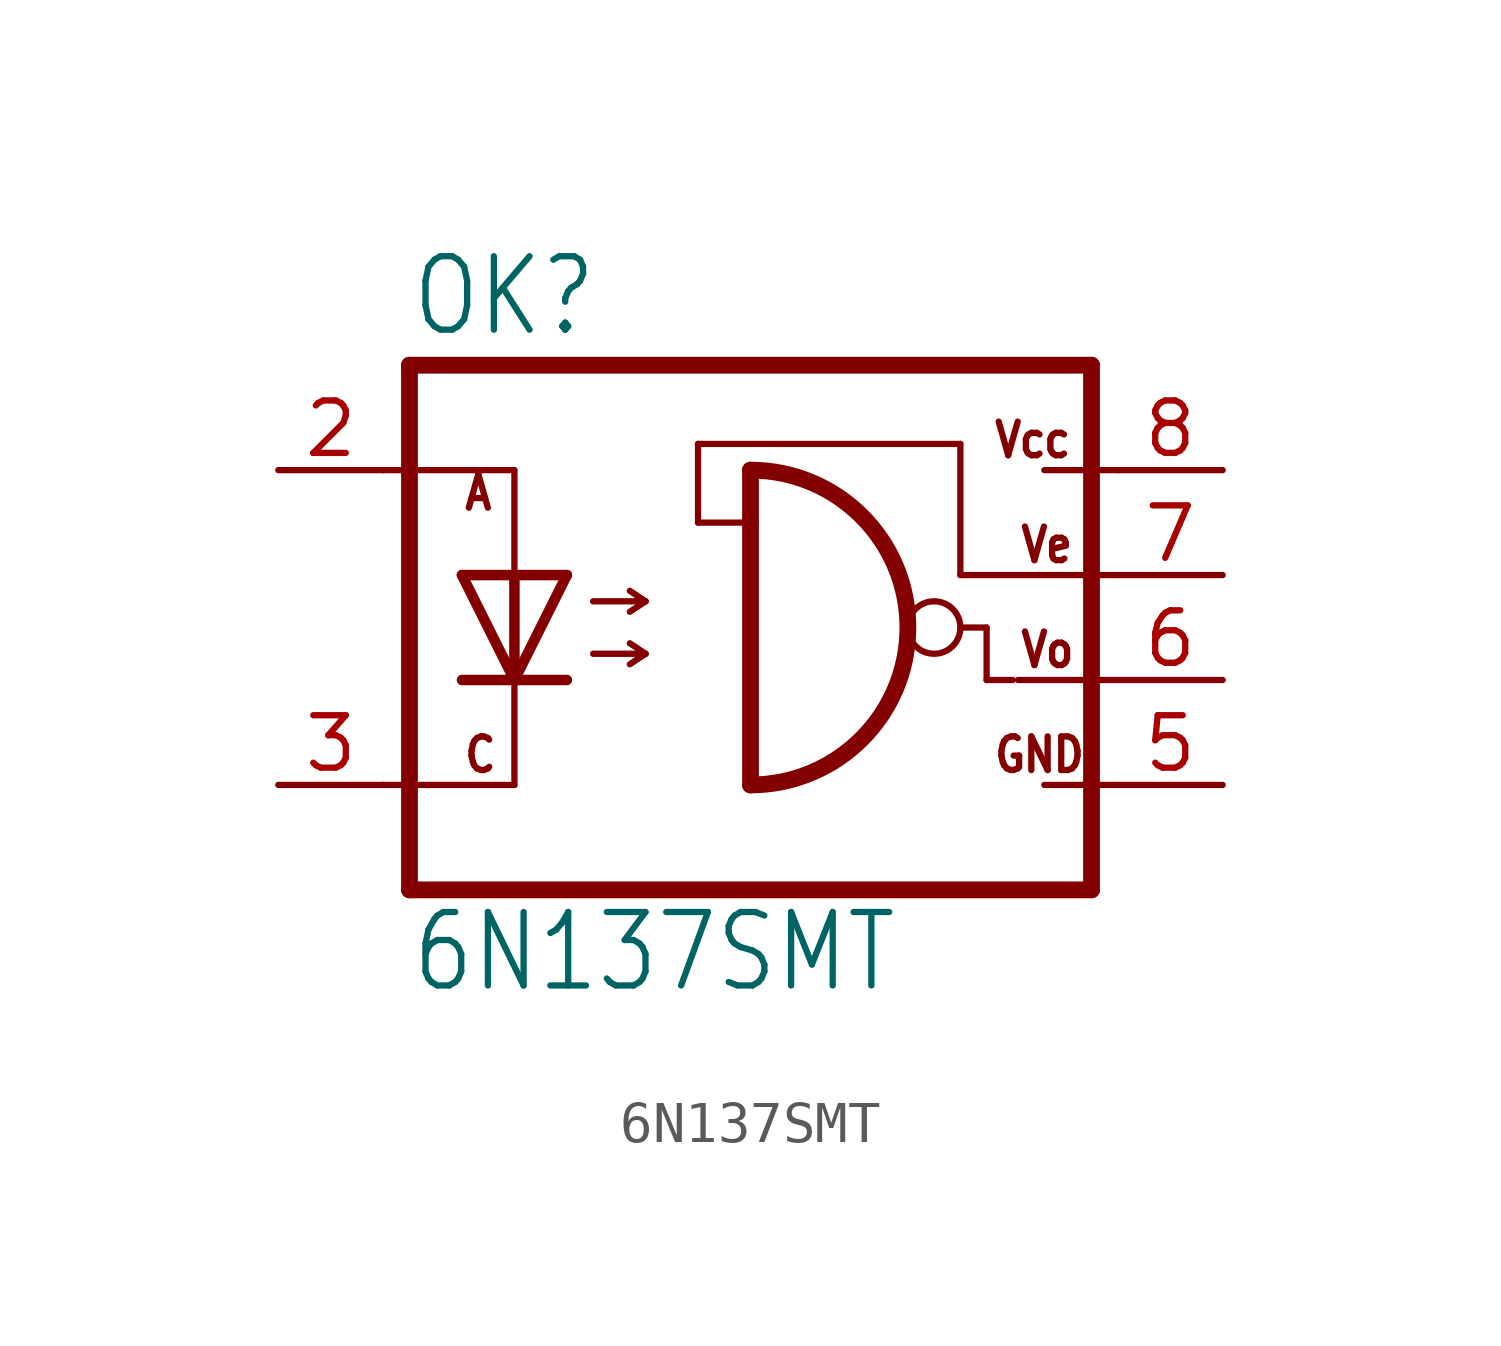
<source format=kicad_sym>
(kicad_symbol_lib
  (version 20211014)
  (generator kicad_symbol_editor)
  (symbol "6N137SMT"
    (property "Reference" "OK"
      (at -9.525 8.255 0)
      (effects (font (size 1.778 1.511)) (justify left bottom)))
    (property "Value" "6N137SMT"
      (at -9.525 -7.62 0)
      (effects (font (size 1.778 1.511)) (justify left bottom)))
    (property "ki_locked" ""
      (at 0 0 0)
      (effects (font (size 1.27 1.27))))
    (symbol "6N137SMT_1_0"
      (arc (start -1.27 -2.54) (mid 2.54 1.27) (end -1.27 5.08) (stroke (width 0.4064) (type default) (color 0 0 0 0)) (fill (type none)))
      (polyline (pts (xy -10.16 -2.54) (xy -6.985 -2.54)) (stroke (width 0.152) (type default) (color 0 0 0 0)) (fill (type none)))
      (polyline (pts (xy -10.16 5.08) (xy -6.985 5.08)) (stroke (width 0.152) (type default) (color 0 0 0 0)) (fill (type none)))
      (polyline (pts (xy -9.525 7.62) (xy -9.525 -5.08)) (stroke (width 0.406) (type default) (color 0 0 0 0)) (fill (type none)))
      (polyline (pts (xy -6.985 -2.54) (xy -6.985 0)) (stroke (width 0.152) (type default) (color 0 0 0 0)) (fill (type none)))
      (polyline (pts (xy -6.985 0) (xy -8.255 0)) (stroke (width 0.254) (type default) (color 0 0 0 0)) (fill (type none)))
      (polyline (pts (xy -6.985 0) (xy -8.255 2.54)) (stroke (width 0.254) (type default) (color 0 0 0 0)) (fill (type none)))
      (polyline (pts (xy -6.985 2.54) (xy -8.255 2.54)) (stroke (width 0.254) (type default) (color 0 0 0 0)) (fill (type none)))
      (polyline (pts (xy -6.985 2.54) (xy -6.985 0)) (stroke (width 0.254) (type default) (color 0 0 0 0)) (fill (type none)))
      (polyline (pts (xy -6.985 2.54) (xy -6.985 5.08)) (stroke (width 0.152) (type default) (color 0 0 0 0)) (fill (type none)))
      (polyline (pts (xy -5.715 0) (xy -6.985 0)) (stroke (width 0.254) (type default) (color 0 0 0 0)) (fill (type none)))
      (polyline (pts (xy -5.715 2.54) (xy -6.985 0)) (stroke (width 0.254) (type default) (color 0 0 0 0)) (fill (type none)))
      (polyline (pts (xy -5.715 2.54) (xy -6.985 2.54)) (stroke (width 0.254) (type default) (color 0 0 0 0)) (fill (type none)))
      (polyline (pts (xy -5.08 0.635) (xy -3.81 0.635)) (stroke (width 0.152) (type default) (color 0 0 0 0)) (fill (type none)))
      (polyline (pts (xy -5.08 1.905) (xy -3.81 1.905)) (stroke (width 0.152) (type default) (color 0 0 0 0)) (fill (type none)))
      (polyline (pts (xy -3.81 0.635) (xy -4.191 0.381)) (stroke (width 0.152) (type default) (color 0 0 0 0)) (fill (type none)))
      (polyline (pts (xy -3.81 0.635) (xy -4.191 0.889)) (stroke (width 0.152) (type default) (color 0 0 0 0)) (fill (type none)))
      (polyline (pts (xy -3.81 1.905) (xy -4.191 1.651)) (stroke (width 0.152) (type default) (color 0 0 0 0)) (fill (type none)))
      (polyline (pts (xy -3.81 1.905) (xy -4.191 2.159)) (stroke (width 0.152) (type default) (color 0 0 0 0)) (fill (type none)))
      (polyline (pts (xy -2.54 3.81) (xy -2.54 5.715)) (stroke (width 0.152) (type default) (color 0 0 0 0)) (fill (type none)))
      (polyline (pts (xy -2.54 5.715) (xy 3.81 5.715)) (stroke (width 0.152) (type default) (color 0 0 0 0)) (fill (type none)))
      (polyline (pts (xy -1.27 3.81) (xy -2.54 3.81)) (stroke (width 0.152) (type default) (color 0 0 0 0)) (fill (type none)))
      (polyline (pts (xy -1.27 3.81) (xy -1.27 -2.54)) (stroke (width 0.406) (type default) (color 0 0 0 0)) (fill (type none)))
      (polyline (pts (xy -1.27 5.08) (xy -1.27 3.81)) (stroke (width 0.406) (type default) (color 0 0 0 0)) (fill (type none)))
      (polyline (pts (xy 3.81 1.27) (xy 4.445 1.27)) (stroke (width 0.152) (type default) (color 0 0 0 0)) (fill (type none)))
      (polyline (pts (xy 3.81 2.54) (xy 7.62 2.54)) (stroke (width 0.152) (type default) (color 0 0 0 0)) (fill (type none)))
      (polyline (pts (xy 3.81 5.715) (xy 3.81 2.54)) (stroke (width 0.152) (type default) (color 0 0 0 0)) (fill (type none)))
      (polyline (pts (xy 4.445 0) (xy 5.08 0)) (stroke (width 0.152) (type default) (color 0 0 0 0)) (fill (type none)))
      (polyline (pts (xy 4.445 1.27) (xy 4.445 0)) (stroke (width 0.152) (type default) (color 0 0 0 0)) (fill (type none)))
      (polyline (pts (xy 5.207 0) (xy 7.62 0)) (stroke (width 0.152) (type default) (color 0 0 0 0)) (fill (type none)))
      (polyline (pts (xy 5.842 -2.54) (xy 7.62 -2.54)) (stroke (width 0.152) (type default) (color 0 0 0 0)) (fill (type none)))
      (polyline (pts (xy 5.842 5.08) (xy 7.62 5.08)) (stroke (width 0.152) (type default) (color 0 0 0 0)) (fill (type none)))
      (polyline (pts (xy 6.985 -5.08) (xy -9.525 -5.08)) (stroke (width 0.406) (type default) (color 0 0 0 0)) (fill (type none)))
      (polyline (pts (xy 6.985 7.62) (xy -9.525 7.62)) (stroke (width 0.406) (type default) (color 0 0 0 0)) (fill (type none)))
      (polyline (pts (xy 6.985 7.62) (xy 6.985 -5.08)) (stroke (width 0.406) (type default) (color 0 0 0 0)) (fill (type none)))
      (circle (center 3.175 1.27) (radius 0.635) (stroke (width 0.152) (type default) (color 0 0 0 0)) (fill (type none)))
      (text "A" (at -8.255 4.064 0) (effects (font (size 0.813 0.691)) (justify left bottom)))
      (text "C" (at -8.255 -2.286 0) (effects (font (size 0.813 0.691)) (justify left bottom)))
      (text "GND" (at 4.572 -2.286 0) (effects (font (size 0.813 0.691)) (justify left bottom)))
      (text "Vcc" (at 4.572 5.334 0) (effects (font (size 0.813 0.691)) (justify left bottom)))
      (text "Ve" (at 5.207 2.794 0) (effects (font (size 0.813 0.691)) (justify left bottom)))
      (text "Vo" (at 5.207 0.254 0) (effects (font (size 0.813 0.691)) (justify left bottom)))
      (pin passive line (at -12.7 5.08 0) (length 2.54) (name "A" (effects (font (size 0 0)))) (number "2" (effects (font (size 1.27 1.27)))))
      (pin passive line (at -12.7 -2.54 0) (length 2.54) (name "C" (effects (font (size 0 0)))) (number "3" (effects (font (size 1.27 1.27)))))
      (pin passive line (at 10.16 -2.54 180) (length 2.54) (name "GND" (effects (font (size 0 0)))) (number "5" (effects (font (size 1.27 1.27)))))
      (pin passive line (at 10.16 0 180) (length 2.54) (name "VO" (effects (font (size 0 0)))) (number "6" (effects (font (size 1.27 1.27)))))
      (pin passive line (at 10.16 2.54 180) (length 2.54) (name "VE" (effects (font (size 0 0)))) (number "7" (effects (font (size 1.27 1.27)))))
      (pin passive line (at 10.16 5.08 180) (length 2.54) (name "VCC" (effects (font (size 0 0)))) (number "8" (effects (font (size 1.27 1.27))))))))
</source>
